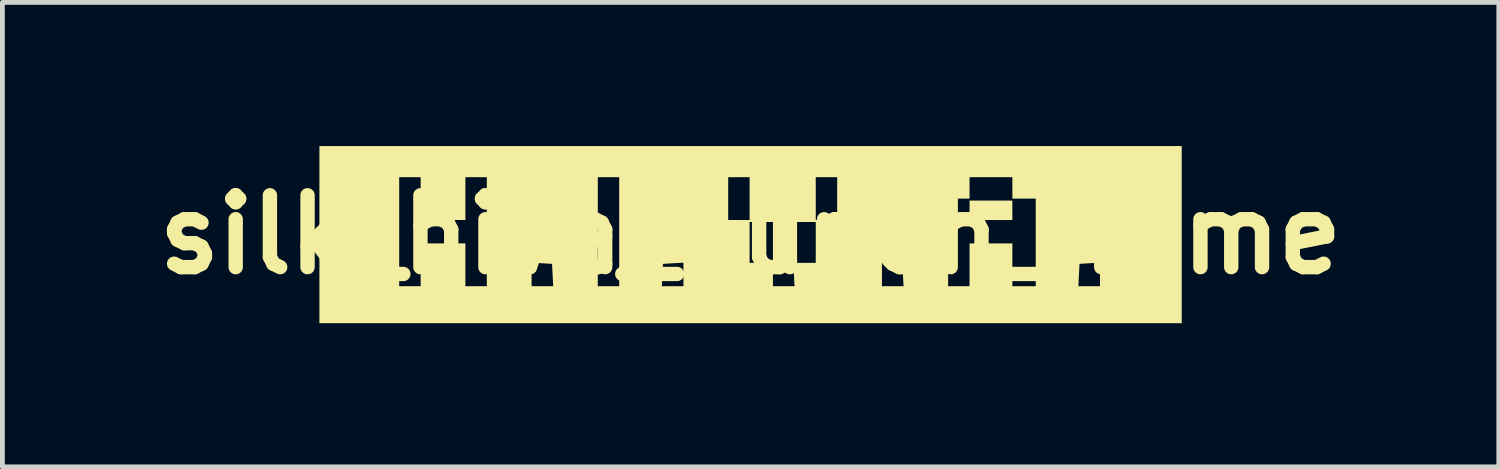
<source format=kicad_pcb>
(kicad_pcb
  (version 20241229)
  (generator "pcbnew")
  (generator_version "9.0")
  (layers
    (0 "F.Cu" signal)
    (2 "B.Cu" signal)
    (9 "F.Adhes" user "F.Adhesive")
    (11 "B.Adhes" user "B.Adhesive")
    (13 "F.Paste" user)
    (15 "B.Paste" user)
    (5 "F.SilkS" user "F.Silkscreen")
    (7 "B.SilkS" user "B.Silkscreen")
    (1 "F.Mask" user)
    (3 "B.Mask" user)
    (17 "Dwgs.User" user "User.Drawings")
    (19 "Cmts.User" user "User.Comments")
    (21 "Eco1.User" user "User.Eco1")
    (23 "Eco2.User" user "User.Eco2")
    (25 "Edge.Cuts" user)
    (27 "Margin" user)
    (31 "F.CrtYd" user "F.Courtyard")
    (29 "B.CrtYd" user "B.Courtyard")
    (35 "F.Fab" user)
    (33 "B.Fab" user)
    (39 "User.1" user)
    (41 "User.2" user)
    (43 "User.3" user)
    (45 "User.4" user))
  (footprint "silk_hiva_hunch_name"
    (layer "F.Cu")
    (at 12.621 1.849)
    (property "Reference" "silk_hiva_hunch_name" (at 0 0 0) (layer "F.SilkS") (effects (font (size 1.5 1.5) (thickness 0.3))))
    (attr board_only exclude_from_pos_files exclude_from_bom)
    (fp_poly (pts (xy 5.466 -0.508) (xy 5.466 -0.305) (xy 5.019 -0.305) (xy 4.572 -0.305) (xy 4.572 -0.508) (xy 4.572 -0.711) (xy 5.019 -0.711) (xy 5.466 -0.711)) (stroke (width 0) (type solid)) (fill yes) (layer "F.SilkS"))
    (fp_poly (pts (xy 9.002 0) (xy 9.002 1.849) (xy 0 1.849) (xy -9.002 1.849) (xy -9.002 0) (xy -9.002 -0.061) (xy -7.336 -0.061) (xy -7.336 1.077) (xy -7.112 1.077) (xy -6.888 1.077) (xy -6.888 0.63) (xy -6.888 0.183) (xy -6.421 0.183) (xy -5.954 0.183) (xy -5.954 0.63) (xy -5.954 1.077) (xy -5.73 1.077) (xy -5.507 1.077) (xy -5.507 0.831) (xy -4.572 0.831) (xy -4.572 1.077) (xy -4.346 1.077) (xy -4.121 1.077) (xy -4.133 0.843) (xy -4.145 0.61) (xy -4.359 0.597) (xy -4.572 0.585) (xy -4.572 0.831) (xy -5.507 0.831) (xy -5.507 -0.061) (xy -3.19 -0.061) (xy -3.19 1.077) (xy -2.967 1.077) (xy -2.743 1.077) (xy -1.853 1.077) (xy -1.628 1.077) (xy -1.402 1.077) (xy -1.402 0.831) (xy -1.402 0.585) (xy -1.615 0.597) (xy -1.829 0.61) (xy -1.841 0.843) (xy -1.853 1.077) (xy -2.743 1.077) (xy -2.743 0.163) (xy -0.02 0.163) (xy -0.02 0.589) (xy 0.224 0.589) (xy 0.467 0.589) (xy 0.467 0.833) (xy 0.467 1.077) (xy 0.693 1.077) (xy 0.918 1.077) (xy 0.906 0.843) (xy 0.906 0.831) (xy 2.743 0.831) (xy 2.743 1.077) (xy 2.969 1.077) (xy 3.194 1.077) (xy 3.182 0.843) (xy 3.17 0.61) (xy 2.957 0.597) (xy 2.743 0.585) (xy 2.743 0.831) (xy 0.906 0.831) (xy 0.894 0.61) (xy 0.681 0.597) (xy 0.467 0.585) (xy 0.467 0.163) (xy 0.914 0.163) (xy 0.914 0.589) (xy 1.138 0.589) (xy 1.361 0.589) (xy 1.361 0.163) (xy 1.361 -0.264) (xy 1.138 -0.264) (xy 0.914 -0.264) (xy 0.914 0.163) (xy 0.467 0.163) (xy 0.467 0.16) (xy 0.467 -0.264) (xy 0.224 -0.264) (xy -0.02 -0.264) (xy -0.02 0.163) (xy -2.743 0.163) (xy -2.743 -0.061) (xy -2.743 -0.752) (xy -0.467 -0.752) (xy -0.467 -0.305) (xy -0.244 -0.305) (xy -0.02 -0.305) (xy -0.02 -0.752) (xy 1.361 -0.752) (xy 1.361 -0.305) (xy 1.585 -0.305) (xy 1.808 -0.305) (xy 1.808 -0.752) (xy 4.125 -0.752) (xy 4.125 0.163) (xy 4.125 1.077) (xy 4.348 1.077) (xy 4.572 1.077) (xy 4.572 0.63) (xy 4.572 0.183) (xy 5.019 0.183) (xy 5.466 0.183) (xy 5.466 0.63) (xy 5.466 1.077) (xy 5.71 1.077) (xy 5.954 1.077) (xy 6.844 1.077) (xy 7.069 1.077) (xy 7.295 1.077) (xy 7.295 0.831) (xy 7.295 0.585) (xy 7.082 0.597) (xy 6.868 0.61) (xy 6.856 0.843) (xy 6.844 1.077) (xy 5.954 1.077) (xy 5.954 0.163) (xy 5.954 -0.752) (xy 5.71 -0.752) (xy 5.466 -0.752) (xy 5.466 -0.975) (xy 5.466 -1.199) (xy 5.019 -1.199) (xy 4.572 -1.199) (xy 4.572 -0.975) (xy 4.572 -0.752) (xy 4.348 -0.752) (xy 4.125 -0.752) (xy 1.808 -0.752) (xy 1.808 -1.199) (xy 1.585 -1.199) (xy 1.361 -1.199) (xy 1.361 -0.752) (xy -0.02 -0.752) (xy -0.02 -1.199) (xy -0.244 -1.199) (xy -0.467 -1.199) (xy -0.467 -0.752) (xy -2.743 -0.752) (xy -2.743 -1.199) (xy -2.967 -1.199) (xy -3.19 -1.199) (xy -3.19 -0.061) (xy -5.507 -0.061) (xy -5.507 -1.199) (xy -5.73 -1.199) (xy -5.954 -1.199) (xy -5.954 -0.752) (xy -5.954 -0.305) (xy -6.421 -0.305) (xy -6.888 -0.305) (xy -6.888 -0.752) (xy -6.888 -1.199) (xy -7.112 -1.199) (xy -7.336 -1.199) (xy -7.336 -0.061) (xy -9.002 -0.061) (xy -9.002 -1.849) (xy 0 -1.849) (xy 9.002 -1.849)) (stroke (width 0) (type solid)) (fill yes) (layer "F.SilkS")))
  (gr_rect
    (start -3 -3)
    (end 28.243 6.698)
    (stroke (width 0.1) (type default))
    (fill no)
    (layer "Edge.Cuts")))
</source>
